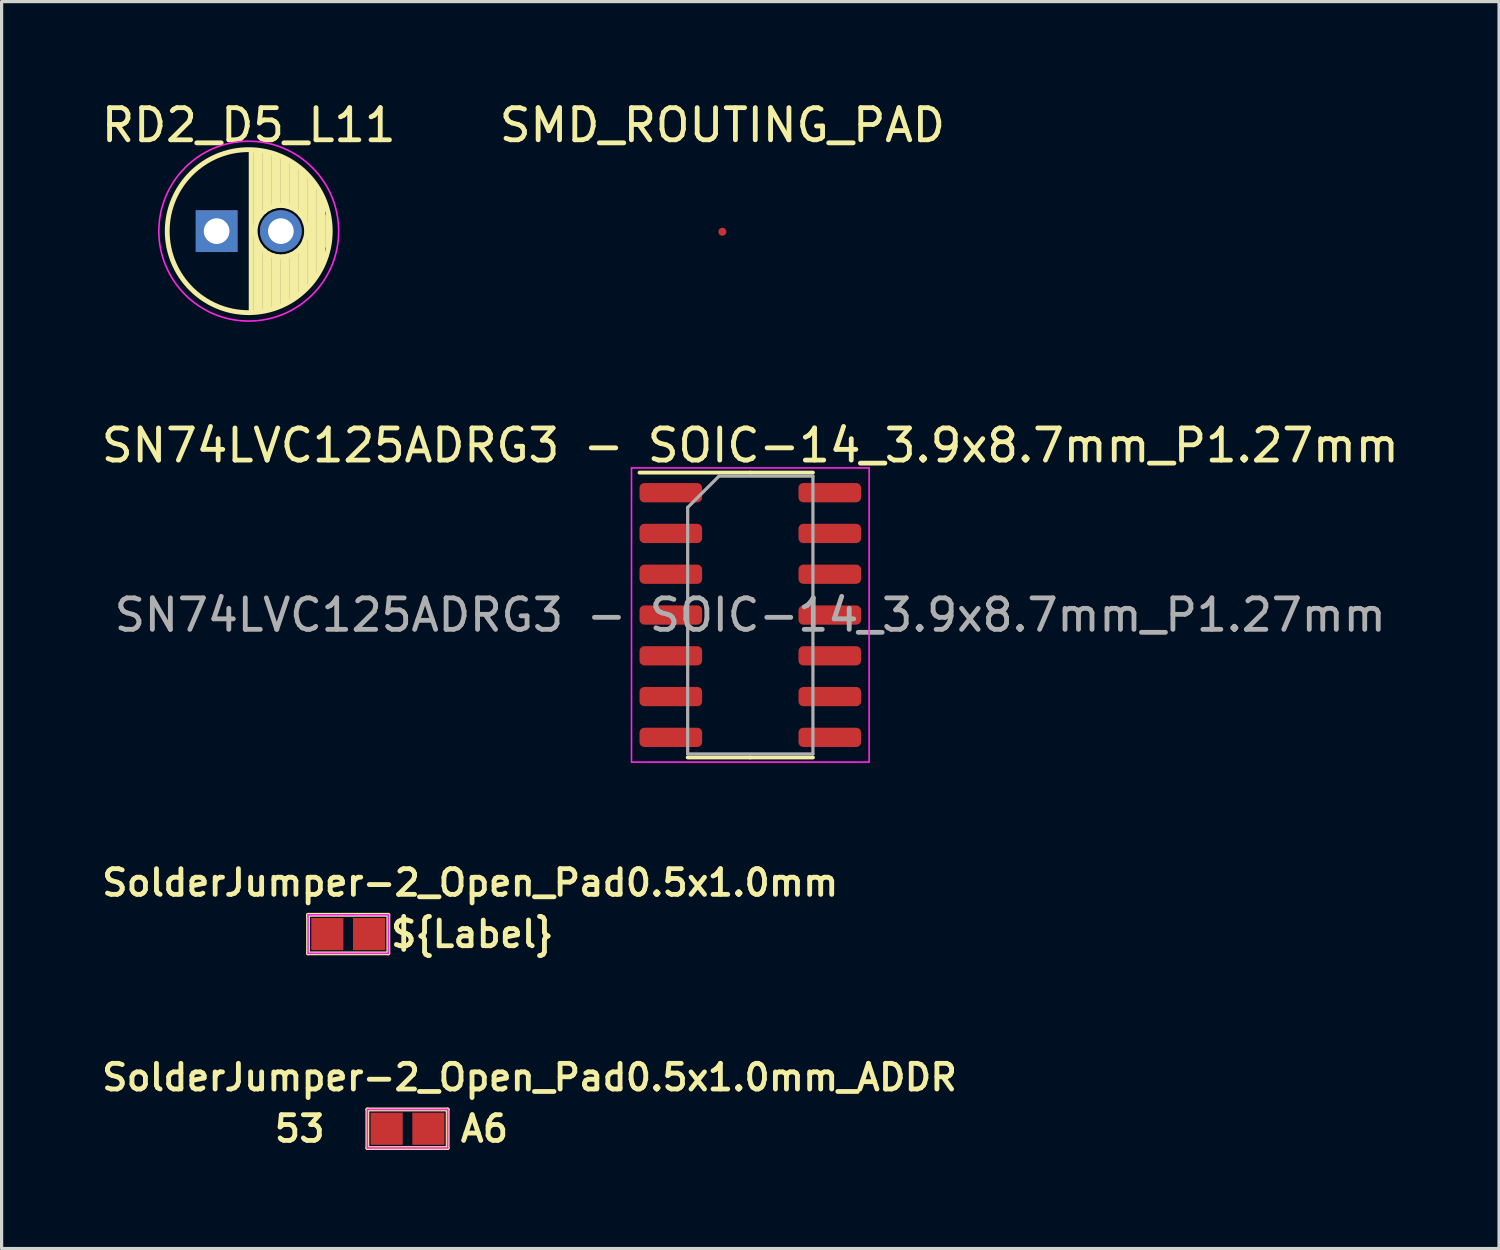
<source format=kicad_pcb>
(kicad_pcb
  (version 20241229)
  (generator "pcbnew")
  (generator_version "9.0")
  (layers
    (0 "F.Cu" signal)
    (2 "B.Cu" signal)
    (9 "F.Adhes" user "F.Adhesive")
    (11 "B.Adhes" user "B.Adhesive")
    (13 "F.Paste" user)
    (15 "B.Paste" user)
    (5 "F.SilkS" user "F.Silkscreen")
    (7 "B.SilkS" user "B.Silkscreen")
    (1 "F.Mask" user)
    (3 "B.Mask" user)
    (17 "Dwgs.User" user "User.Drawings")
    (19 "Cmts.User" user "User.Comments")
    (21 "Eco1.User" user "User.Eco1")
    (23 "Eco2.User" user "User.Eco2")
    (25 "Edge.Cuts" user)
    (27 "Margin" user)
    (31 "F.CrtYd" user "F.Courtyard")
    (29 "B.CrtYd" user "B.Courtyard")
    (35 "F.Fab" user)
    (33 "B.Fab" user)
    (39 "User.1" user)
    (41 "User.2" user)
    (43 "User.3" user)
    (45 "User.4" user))
  (footprint "SolderJumper-2_Open_Pad0.5x1.0mm_ADDR"
    (layer "F.Cu")
    (at 9.64 32.1)
    (property "Reference" "SolderJumper-2_Open_Pad0.5x1.0mm_ADDR" (at 3.8 -1.6 180) (layer "F.SilkS") (effects (font (size 0.8 0.8) (thickness 0.15))))
    (property "Label" "53       A6" (at 0 0 0) (unlocked yes) (layer "F.Fab") (hide yes) (effects (font (size 1 1) (thickness 0.15))))
    (attr exclude_from_bom dnp)
    (fp_line (start -1.25 -0.6) (end 1.25 -0.6) (stroke (width 0.12) (type solid)) (layer "F.SilkS"))
    (fp_line (start -1.25 0.6) (end -1.25 -0.6) (stroke (width 0.12) (type solid)) (layer "F.SilkS"))
    (fp_line (start 1.25 -0.6) (end 1.25 0.6) (stroke (width 0.12) (type solid)) (layer "F.SilkS"))
    (fp_line (start 1.25 0.6) (end -1.25 0.6) (stroke (width 0.12) (type solid)) (layer "F.SilkS"))
    (fp_line (start -1.25 -0.6) (end -1.25 0.6) (stroke (width 0.05) (type solid)) (layer "F.CrtYd"))
    (fp_line (start -1.25 -0.6) (end 1.25 -0.6) (stroke (width 0.05) (type solid)) (layer "F.CrtYd"))
    (fp_line (start 1.25 0.6) (end -1.25 0.6) (stroke (width 0.05) (type solid)) (layer "F.CrtYd"))
    (fp_line (start 1.25 0.6) (end 1.25 -0.6) (stroke (width 0.05) (type solid)) (layer "F.CrtYd"))
    (fp_text user "${Label}" (at -0.5 0 0) (layer "F.SilkS") (effects (font (size 0.8 0.8) (thickness 0.15) (bold yes))))
    (pad "1" smd rect (at -0.65 0 180) (size 1 1) (layers "F.Cu" "F.Mask"))
    (pad "2" smd rect (at 0.65 0 180) (size 1 1) (layers "F.Cu" "F.Mask")))
  (footprint "SolderJumper-2_Open_Pad0.5x1.0mm"
    (layer "F.Cu")
    (at 7.793 26.038)
    (property "Reference" "SolderJumper-2_Open_Pad0.5x1.0mm" (at 3.8 -1.6 180) (layer "F.SilkS") (effects (font (size 0.8 0.8) (thickness 0.15))))
    (attr exclude_from_pos_files exclude_from_bom)
    (fp_line (start -1.25 -0.6) (end 1.25 -0.6) (stroke (width 0.12) (type solid)) (layer "F.SilkS"))
    (fp_line (start -1.25 0.6) (end -1.25 -0.6) (stroke (width 0.12) (type solid)) (layer "F.SilkS"))
    (fp_line (start 1.25 -0.6) (end 1.25 0.6) (stroke (width 0.12) (type solid)) (layer "F.SilkS"))
    (fp_line (start 1.25 0.6) (end -1.25 0.6) (stroke (width 0.12) (type solid)) (layer "F.SilkS"))
    (fp_line (start -1.25 -0.6) (end -1.25 0.6) (stroke (width 0.05) (type solid)) (layer "F.CrtYd"))
    (fp_line (start -1.25 -0.6) (end 1.25 -0.6) (stroke (width 0.05) (type solid)) (layer "F.CrtYd"))
    (fp_line (start 1.25 0.6) (end -1.25 0.6) (stroke (width 0.05) (type solid)) (layer "F.CrtYd"))
    (fp_line (start 1.25 0.6) (end 1.25 -0.6) (stroke (width 0.05) (type solid)) (layer "F.CrtYd"))
    (fp_text user "${Label}" (at 1.25 0 0) (unlocked yes) (layer "F.SilkS") (effects (font (size 0.8 0.8) (thickness 0.15) (bold yes)) (justify left)))
    (pad "1" smd rect (at -0.65 0 180) (size 1 1) (layers "F.Cu" "F.Mask"))
    (pad "2" smd rect (at 0.65 0 180) (size 1 1) (layers "F.Cu" "F.Mask")))
  (footprint "RD2_D5_L11"
    (layer "F.Cu")
    (at 3.696 4.148)
    (property "Reference" "RD2_D5_L11" (at 1 -3.3 0) (layer "F.SilkS") (effects (font (size 1 1) (thickness 0.15))))
    (attr through_hole)
    (fp_line (start 1.075 -2.499) (end 1.075 2.499) (stroke (width 0.15) (type solid)) (layer "F.SilkS"))
    (fp_line (start 1.215 -2.491) (end 1.215 -0.154) (stroke (width 0.15) (type solid)) (layer "F.SilkS"))
    (fp_line (start 1.215 0.154) (end 1.215 2.491) (stroke (width 0.15) (type solid)) (layer "F.SilkS"))
    (fp_line (start 1.355 -2.475) (end 1.355 -0.473) (stroke (width 0.15) (type solid)) (layer "F.SilkS"))
    (fp_line (start 1.355 0.473) (end 1.355 2.475) (stroke (width 0.15) (type solid)) (layer "F.SilkS"))
    (fp_line (start 1.495 -2.451) (end 1.495 -0.62) (stroke (width 0.15) (type solid)) (layer "F.SilkS"))
    (fp_line (start 1.495 0.62) (end 1.495 2.451) (stroke (width 0.15) (type solid)) (layer "F.SilkS"))
    (fp_line (start 1.635 -2.418) (end 1.635 -0.712) (stroke (width 0.15) (type solid)) (layer "F.SilkS"))
    (fp_line (start 1.635 0.712) (end 1.635 2.418) (stroke (width 0.15) (type solid)) (layer "F.SilkS"))
    (fp_line (start 1.775 -2.377) (end 1.775 -0.768) (stroke (width 0.15) (type solid)) (layer "F.SilkS"))
    (fp_line (start 1.775 0.768) (end 1.775 2.377) (stroke (width 0.15) (type solid)) (layer "F.SilkS"))
    (fp_line (start 1.915 -2.327) (end 1.915 -0.795) (stroke (width 0.15) (type solid)) (layer "F.SilkS"))
    (fp_line (start 1.915 0.795) (end 1.915 2.327) (stroke (width 0.15) (type solid)) (layer "F.SilkS"))
    (fp_line (start 2.055 -2.266) (end 2.055 -0.798) (stroke (width 0.15) (type solid)) (layer "F.SilkS"))
    (fp_line (start 2.055 0.798) (end 2.055 2.266) (stroke (width 0.15) (type solid)) (layer "F.SilkS"))
    (fp_line (start 2.195 -2.196) (end 2.195 -0.776) (stroke (width 0.15) (type solid)) (layer "F.SilkS"))
    (fp_line (start 2.195 0.776) (end 2.195 2.196) (stroke (width 0.15) (type solid)) (layer "F.SilkS"))
    (fp_line (start 2.335 -2.114) (end 2.335 -0.726) (stroke (width 0.15) (type solid)) (layer "F.SilkS"))
    (fp_line (start 2.335 0.726) (end 2.335 2.114) (stroke (width 0.15) (type solid)) (layer "F.SilkS"))
    (fp_line (start 2.475 -2.019) (end 2.475 -0.644) (stroke (width 0.15) (type solid)) (layer "F.SilkS"))
    (fp_line (start 2.475 0.644) (end 2.475 2.019) (stroke (width 0.15) (type solid)) (layer "F.SilkS"))
    (fp_line (start 2.615 -1.908) (end 2.615 -0.512) (stroke (width 0.15) (type solid)) (layer "F.SilkS"))
    (fp_line (start 2.615 0.512) (end 2.615 1.908) (stroke (width 0.15) (type solid)) (layer "F.SilkS"))
    (fp_line (start 2.755 -1.78) (end 2.755 -0.265) (stroke (width 0.15) (type solid)) (layer "F.SilkS"))
    (fp_line (start 2.755 0.265) (end 2.755 1.78) (stroke (width 0.15) (type solid)) (layer "F.SilkS"))
    (fp_line (start 2.895 -1.631) (end 2.895 1.631) (stroke (width 0.15) (type solid)) (layer "F.SilkS"))
    (fp_line (start 3.035 -1.452) (end 3.035 1.452) (stroke (width 0.15) (type solid)) (layer "F.SilkS"))
    (fp_line (start 3.175 -1.233) (end 3.175 1.233) (stroke (width 0.15) (type solid)) (layer "F.SilkS"))
    (fp_line (start 3.315 -0.944) (end 3.315 0.944) (stroke (width 0.15) (type solid)) (layer "F.SilkS"))
    (fp_line (start 3.455 -0.472) (end 3.455 0.472) (stroke (width 0.15) (type solid)) (layer "F.SilkS"))
    (fp_circle (center 1 0) (end 1 -2.538) (stroke (width 0.15) (type solid)) (fill no) (layer "F.SilkS"))
    (fp_circle (center 2 0) (end 2 -0.8) (stroke (width 0.15) (type solid)) (fill no) (layer "F.SilkS"))
    (fp_circle (center 1 0) (end 1 -2.8) (stroke (width 0.05) (type solid)) (fill no) (layer "F.CrtYd"))
    (pad "1" thru_hole rect (at 0 0) (size 1.3 1.3) (drill 0.8) (layers "*.Cu" "*.Mask"))
    (pad "2" thru_hole circle (at 2 0) (size 1.3 1.3) (drill 0.8) (layers "*.Cu" "*.Mask")))
  (footprint "SN74LVC125ADRG3 - SOIC-14_3.9x8.7mm_P1.27mm"
    (layer "F.Cu")
    (at 20.315 16.102)
    (property "Reference" "SN74LVC125ADRG3 - SOIC-14_3.9x8.7mm_P1.27mm" (at 0 -5.28 0) (layer "F.SilkS") (effects (font (size 1 1) (thickness 0.15))))
    (attr smd)
    (fp_line (start 0 -4.435) (end -3.45 -4.435) (stroke (width 0.12) (type solid)) (layer "F.SilkS"))
    (fp_line (start 0 -4.435) (end 1.95 -4.435) (stroke (width 0.12) (type solid)) (layer "F.SilkS"))
    (fp_line (start 0 4.435) (end -1.95 4.435) (stroke (width 0.12) (type solid)) (layer "F.SilkS"))
    (fp_line (start 0 4.435) (end 1.95 4.435) (stroke (width 0.12) (type solid)) (layer "F.SilkS"))
    (fp_line (start -3.7 -4.58) (end -3.7 4.58) (stroke (width 0.05) (type solid)) (layer "F.CrtYd"))
    (fp_line (start -3.7 4.58) (end 3.7 4.58) (stroke (width 0.05) (type solid)) (layer "F.CrtYd"))
    (fp_line (start 3.7 -4.58) (end -3.7 -4.58) (stroke (width 0.05) (type solid)) (layer "F.CrtYd"))
    (fp_line (start 3.7 4.58) (end 3.7 -4.58) (stroke (width 0.05) (type solid)) (layer "F.CrtYd"))
    (fp_line (start -1.95 -3.35) (end -0.975 -4.325) (stroke (width 0.1) (type solid)) (layer "F.Fab"))
    (fp_line (start -1.95 4.325) (end -1.95 -3.35) (stroke (width 0.1) (type solid)) (layer "F.Fab"))
    (fp_line (start -0.975 -4.325) (end 1.95 -4.325) (stroke (width 0.1) (type solid)) (layer "F.Fab"))
    (fp_line (start 1.95 -4.325) (end 1.95 4.325) (stroke (width 0.1) (type solid)) (layer "F.Fab"))
    (fp_line (start 1.95 4.325) (end -1.95 4.325) (stroke (width 0.1) (type solid)) (layer "F.Fab"))
    (fp_text user "${REFERENCE}" (at 0 0 0) (layer "F.Fab") (effects (font (size 0.98 0.98) (thickness 0.15))))
    (pad "1" smd roundrect (at -2.475 -3.81) (size 1.95 0.6) (layers "F.Cu" "F.Mask" "F.Paste") (roundrect_rratio 0.25))
    (pad "2" smd roundrect (at -2.475 -2.54) (size 1.95 0.6) (layers "F.Cu" "F.Mask" "F.Paste") (roundrect_rratio 0.25))
    (pad "3" smd roundrect (at -2.475 -1.27) (size 1.95 0.6) (layers "F.Cu" "F.Mask" "F.Paste") (roundrect_rratio 0.25))
    (pad "4" smd roundrect (at -2.475 0) (size 1.95 0.6) (layers "F.Cu" "F.Mask" "F.Paste") (roundrect_rratio 0.25))
    (pad "5" smd roundrect (at -2.475 1.27) (size 1.95 0.6) (layers "F.Cu" "F.Mask" "F.Paste") (roundrect_rratio 0.25))
    (pad "6" smd roundrect (at -2.475 2.54) (size 1.95 0.6) (layers "F.Cu" "F.Mask" "F.Paste") (roundrect_rratio 0.25))
    (pad "7" smd roundrect (at -2.475 3.81) (size 1.95 0.6) (layers "F.Cu" "F.Mask" "F.Paste") (roundrect_rratio 0.25))
    (pad "8" smd roundrect (at 2.475 3.81) (size 1.95 0.6) (layers "F.Cu" "F.Mask" "F.Paste") (roundrect_rratio 0.25))
    (pad "9" smd roundrect (at 2.475 2.54) (size 1.95 0.6) (layers "F.Cu" "F.Mask" "F.Paste") (roundrect_rratio 0.25))
    (pad "10" smd roundrect (at 2.475 1.27) (size 1.95 0.6) (layers "F.Cu" "F.Mask" "F.Paste") (roundrect_rratio 0.25))
    (pad "11" smd roundrect (at 2.475 0) (size 1.95 0.6) (layers "F.Cu" "F.Mask" "F.Paste") (roundrect_rratio 0.25))
    (pad "12" smd roundrect (at 2.475 -1.27) (size 1.95 0.6) (layers "F.Cu" "F.Mask" "F.Paste") (roundrect_rratio 0.25))
    (pad "13" smd roundrect (at 2.475 -2.54) (size 1.95 0.6) (layers "F.Cu" "F.Mask" "F.Paste") (roundrect_rratio 0.25))
    (pad "14" smd roundrect (at 2.475 -3.81) (size 1.95 0.6) (layers "F.Cu" "F.Mask" "F.Paste") (roundrect_rratio 0.25)))
  (footprint "SMD_ROUTING_PAD"
    (layer "F.Cu")
    (at 19.446 4.168)
    (property "Reference" "SMD_ROUTING_PAD" (at 0 -3.32 0) (layer "F.SilkS") (effects (font (size 1 1) (thickness 0.15))))
    (attr smd exclude_from_bom dnp)
    (fp_circle (center 0 0) (end 0.2 0.2) (stroke (width 0.001) (type solid)) (fill no) (layer "F.SilkS"))
    (fp_circle (center 0 0) (end 0.2 0.2) (stroke (width 0.001) (type solid)) (fill no) (layer "B.SilkS"))
    (fp_circle (center 0 0) (end 0.2 0.2) (stroke (width 0.001) (type solid)) (fill no) (layer "B.SilkS"))
    (pad "1" smd circle (at 0 0) (size 0.25 0.25) (layers "F.Cu")))
  (gr_rect
    (start -3 -3)
    (end 43.631 35.831)
    (stroke (width 0.1) (type default))
    (fill no)
    (layer "Edge.Cuts")))
</source>
